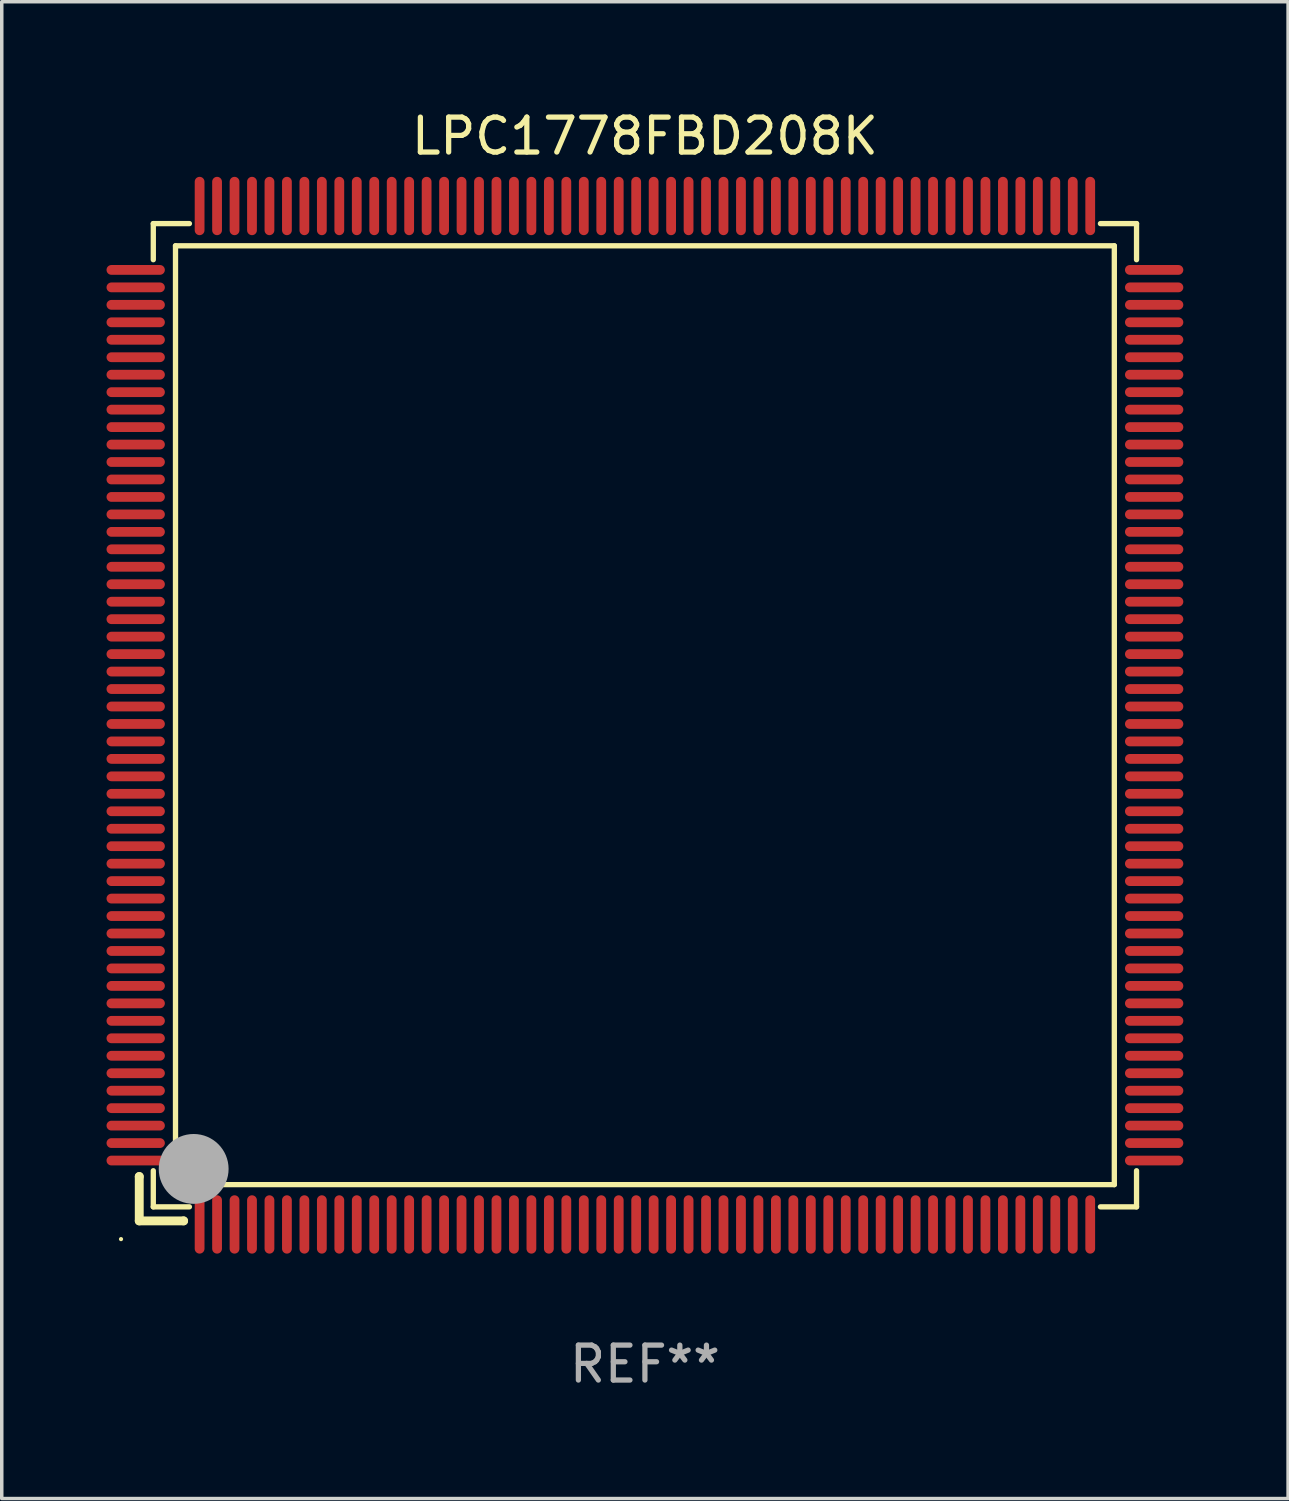
<source format=kicad_pcb>
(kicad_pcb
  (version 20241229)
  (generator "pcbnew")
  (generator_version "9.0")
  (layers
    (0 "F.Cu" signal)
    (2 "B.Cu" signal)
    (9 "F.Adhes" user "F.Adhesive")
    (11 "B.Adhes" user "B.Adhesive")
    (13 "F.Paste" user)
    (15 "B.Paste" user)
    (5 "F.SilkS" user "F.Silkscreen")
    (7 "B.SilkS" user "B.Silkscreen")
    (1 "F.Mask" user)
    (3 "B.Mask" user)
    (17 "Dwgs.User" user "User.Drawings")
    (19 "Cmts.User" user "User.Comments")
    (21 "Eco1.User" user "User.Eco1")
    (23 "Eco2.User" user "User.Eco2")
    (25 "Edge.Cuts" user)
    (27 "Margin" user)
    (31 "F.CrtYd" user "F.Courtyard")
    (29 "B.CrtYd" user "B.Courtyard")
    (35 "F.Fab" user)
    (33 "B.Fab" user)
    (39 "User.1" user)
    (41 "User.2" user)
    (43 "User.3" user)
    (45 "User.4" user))
  (footprint "LPC1778FBD208K"
    (layer "F.Cu")
    (at 15.415 17.428)
    (property "Reference" "LPC1778FBD208K" (at 0 -16.58 0) (layer "F.SilkS") (effects (font (size 1 1) (thickness 0.15))))
    (attr through_hole)
    (fp_line (start -14.478 13.208) (end -14.478 13.208) (stroke (width 0.254) (type solid)) (layer "F.SilkS"))
    (fp_line (start -14.478 13.208) (end -14.478 14.478) (stroke (width 0.254) (type solid)) (layer "F.SilkS"))
    (fp_line (start -14.478 14.478) (end -13.208 14.478) (stroke (width 0.254) (type solid)) (layer "F.SilkS"))
    (fp_line (start -14.076 -14.076) (end -14.076 -13.042) (stroke (width 0.152) (type solid)) (layer "F.SilkS"))
    (fp_line (start -14.076 14.076) (end -14.076 13.042) (stroke (width 0.152) (type solid)) (layer "F.SilkS"))
    (fp_line (start -13.44 -13.44) (end 13.44 -13.44) (stroke (width 0.152) (type solid)) (layer "F.SilkS"))
    (fp_line (start -13.44 13.44) (end -13.44 -13.44) (stroke (width 0.152) (type solid)) (layer "F.SilkS"))
    (fp_line (start -13.208 14.478) (end -13.208 14.478) (stroke (width 0.254) (type solid)) (layer "F.SilkS"))
    (fp_line (start -13.042 -14.076) (end -14.076 -14.076) (stroke (width 0.152) (type solid)) (layer "F.SilkS"))
    (fp_line (start -13.042 14.076) (end -14.076 14.076) (stroke (width 0.152) (type solid)) (layer "F.SilkS"))
    (fp_line (start 13.042 -14.076) (end 14.076 -14.076) (stroke (width 0.152) (type solid)) (layer "F.SilkS"))
    (fp_line (start 13.042 14.076) (end 14.076 14.076) (stroke (width 0.152) (type solid)) (layer "F.SilkS"))
    (fp_line (start 13.44 -13.44) (end 13.44 13.44) (stroke (width 0.152) (type solid)) (layer "F.SilkS"))
    (fp_line (start 13.44 13.44) (end -13.44 13.44) (stroke (width 0.152) (type solid)) (layer "F.SilkS"))
    (fp_line (start 14.076 -14.076) (end 14.076 -13.042) (stroke (width 0.152) (type solid)) (layer "F.SilkS"))
    (fp_line (start 14.076 14.076) (end 14.076 13.042) (stroke (width 0.152) (type solid)) (layer "F.SilkS"))
    (fp_circle (center -15 15) (end -14.97 15) (stroke (width 0.06) (type solid)) (fill no) (layer "F.SilkS"))
    (fp_circle (center -13.138 13.138) (end -13.063 13.138) (stroke (width 0.15) (type solid)) (fill no) (layer "F.SilkS"))
    (fp_circle (center -12.92 12.99) (end -12.42 12.99) (stroke (width 1) (type solid)) (fill no) (layer "F.Fab"))
    (fp_text user "REF**" (at 0 18.58 0) (layer "F.Fab") (effects (font (size 1 1) (thickness 0.15))))
    (pad "1" smd oval (at -12.75 14.58) (size 0.28 1.67) (layers "F.Cu" "F.Mask" "F.Paste"))
    (pad "2" smd oval (at -12.25 14.58) (size 0.28 1.67) (layers "F.Cu" "F.Mask" "F.Paste"))
    (pad "3" smd oval (at -11.75 14.58) (size 0.28 1.67) (layers "F.Cu" "F.Mask" "F.Paste"))
    (pad "4" smd oval (at -11.25 14.58) (size 0.28 1.67) (layers "F.Cu" "F.Mask" "F.Paste"))
    (pad "5" smd oval (at -10.75 14.58) (size 0.28 1.67) (layers "F.Cu" "F.Mask" "F.Paste"))
    (pad "6" smd oval (at -10.25 14.58) (size 0.28 1.67) (layers "F.Cu" "F.Mask" "F.Paste"))
    (pad "7" smd oval (at -9.75 14.58) (size 0.28 1.67) (layers "F.Cu" "F.Mask" "F.Paste"))
    (pad "8" smd oval (at -9.25 14.58) (size 0.28 1.67) (layers "F.Cu" "F.Mask" "F.Paste"))
    (pad "9" smd oval (at -8.75 14.58) (size 0.28 1.67) (layers "F.Cu" "F.Mask" "F.Paste"))
    (pad "10" smd oval (at -8.25 14.58) (size 0.28 1.67) (layers "F.Cu" "F.Mask" "F.Paste"))
    (pad "11" smd oval (at -7.75 14.58) (size 0.28 1.67) (layers "F.Cu" "F.Mask" "F.Paste"))
    (pad "12" smd oval (at -7.25 14.58) (size 0.28 1.67) (layers "F.Cu" "F.Mask" "F.Paste"))
    (pad "13" smd oval (at -6.75 14.58) (size 0.28 1.67) (layers "F.Cu" "F.Mask" "F.Paste"))
    (pad "14" smd oval (at -6.25 14.58) (size 0.28 1.67) (layers "F.Cu" "F.Mask" "F.Paste"))
    (pad "15" smd oval (at -5.75 14.58) (size 0.28 1.67) (layers "F.Cu" "F.Mask" "F.Paste"))
    (pad "16" smd oval (at -5.25 14.58) (size 0.28 1.67) (layers "F.Cu" "F.Mask" "F.Paste"))
    (pad "17" smd oval (at -4.75 14.58) (size 0.28 1.67) (layers "F.Cu" "F.Mask" "F.Paste"))
    (pad "18" smd oval (at -4.25 14.58) (size 0.28 1.67) (layers "F.Cu" "F.Mask" "F.Paste"))
    (pad "19" smd oval (at -3.75 14.58) (size 0.28 1.67) (layers "F.Cu" "F.Mask" "F.Paste"))
    (pad "20" smd oval (at -3.25 14.58) (size 0.28 1.67) (layers "F.Cu" "F.Mask" "F.Paste"))
    (pad "21" smd oval (at -2.75 14.58) (size 0.28 1.67) (layers "F.Cu" "F.Mask" "F.Paste"))
    (pad "22" smd oval (at -2.25 14.58) (size 0.28 1.67) (layers "F.Cu" "F.Mask" "F.Paste"))
    (pad "23" smd oval (at -1.75 14.58) (size 0.28 1.67) (layers "F.Cu" "F.Mask" "F.Paste"))
    (pad "24" smd oval (at -1.25 14.58) (size 0.28 1.67) (layers "F.Cu" "F.Mask" "F.Paste"))
    (pad "25" smd oval (at -0.75 14.58) (size 0.28 1.67) (layers "F.Cu" "F.Mask" "F.Paste"))
    (pad "26" smd oval (at -0.25 14.58) (size 0.28 1.67) (layers "F.Cu" "F.Mask" "F.Paste"))
    (pad "27" smd oval (at 0.25 14.58) (size 0.28 1.67) (layers "F.Cu" "F.Mask" "F.Paste"))
    (pad "28" smd oval (at 0.75 14.58) (size 0.28 1.67) (layers "F.Cu" "F.Mask" "F.Paste"))
    (pad "29" smd oval (at 1.25 14.58) (size 0.28 1.67) (layers "F.Cu" "F.Mask" "F.Paste"))
    (pad "30" smd oval (at 1.75 14.58) (size 0.28 1.67) (layers "F.Cu" "F.Mask" "F.Paste"))
    (pad "31" smd oval (at 2.25 14.58) (size 0.28 1.67) (layers "F.Cu" "F.Mask" "F.Paste"))
    (pad "32" smd oval (at 2.75 14.58) (size 0.28 1.67) (layers "F.Cu" "F.Mask" "F.Paste"))
    (pad "33" smd oval (at 3.25 14.58) (size 0.28 1.67) (layers "F.Cu" "F.Mask" "F.Paste"))
    (pad "34" smd oval (at 3.75 14.58) (size 0.28 1.67) (layers "F.Cu" "F.Mask" "F.Paste"))
    (pad "35" smd oval (at 4.25 14.58) (size 0.28 1.67) (layers "F.Cu" "F.Mask" "F.Paste"))
    (pad "36" smd oval (at 4.75 14.58) (size 0.28 1.67) (layers "F.Cu" "F.Mask" "F.Paste"))
    (pad "37" smd oval (at 5.25 14.58) (size 0.28 1.67) (layers "F.Cu" "F.Mask" "F.Paste"))
    (pad "38" smd oval (at 5.75 14.58) (size 0.28 1.67) (layers "F.Cu" "F.Mask" "F.Paste"))
    (pad "39" smd oval (at 6.25 14.58) (size 0.28 1.67) (layers "F.Cu" "F.Mask" "F.Paste"))
    (pad "40" smd oval (at 6.75 14.58) (size 0.28 1.67) (layers "F.Cu" "F.Mask" "F.Paste"))
    (pad "41" smd oval (at 7.25 14.58) (size 0.28 1.67) (layers "F.Cu" "F.Mask" "F.Paste"))
    (pad "42" smd oval (at 7.75 14.58) (size 0.28 1.67) (layers "F.Cu" "F.Mask" "F.Paste"))
    (pad "43" smd oval (at 8.25 14.58) (size 0.28 1.67) (layers "F.Cu" "F.Mask" "F.Paste"))
    (pad "44" smd oval (at 8.75 14.58) (size 0.28 1.67) (layers "F.Cu" "F.Mask" "F.Paste"))
    (pad "45" smd oval (at 9.25 14.58) (size 0.28 1.67) (layers "F.Cu" "F.Mask" "F.Paste"))
    (pad "46" smd oval (at 9.75 14.58) (size 0.28 1.67) (layers "F.Cu" "F.Mask" "F.Paste"))
    (pad "47" smd oval (at 10.25 14.58) (size 0.28 1.67) (layers "F.Cu" "F.Mask" "F.Paste"))
    (pad "48" smd oval (at 10.75 14.58) (size 0.28 1.67) (layers "F.Cu" "F.Mask" "F.Paste"))
    (pad "49" smd oval (at 11.25 14.58) (size 0.28 1.67) (layers "F.Cu" "F.Mask" "F.Paste"))
    (pad "50" smd oval (at 11.75 14.58) (size 0.28 1.67) (layers "F.Cu" "F.Mask" "F.Paste"))
    (pad "51" smd oval (at 12.25 14.58) (size 0.28 1.67) (layers "F.Cu" "F.Mask" "F.Paste"))
    (pad "52" smd oval (at 12.75 14.58) (size 0.28 1.67) (layers "F.Cu" "F.Mask" "F.Paste"))
    (pad "53" smd oval (at 14.58 12.75) (size 1.67 0.28) (layers "F.Cu" "F.Mask" "F.Paste"))
    (pad "54" smd oval (at 14.58 12.25) (size 1.67 0.28) (layers "F.Cu" "F.Mask" "F.Paste"))
    (pad "55" smd oval (at 14.58 11.75) (size 1.67 0.28) (layers "F.Cu" "F.Mask" "F.Paste"))
    (pad "56" smd oval (at 14.58 11.25) (size 1.67 0.28) (layers "F.Cu" "F.Mask" "F.Paste"))
    (pad "57" smd oval (at 14.58 10.75) (size 1.67 0.28) (layers "F.Cu" "F.Mask" "F.Paste"))
    (pad "58" smd oval (at 14.58 10.25) (size 1.67 0.28) (layers "F.Cu" "F.Mask" "F.Paste"))
    (pad "59" smd oval (at 14.58 9.75) (size 1.67 0.28) (layers "F.Cu" "F.Mask" "F.Paste"))
    (pad "60" smd oval (at 14.58 9.25) (size 1.67 0.28) (layers "F.Cu" "F.Mask" "F.Paste"))
    (pad "61" smd oval (at 14.58 8.75) (size 1.67 0.28) (layers "F.Cu" "F.Mask" "F.Paste"))
    (pad "62" smd oval (at 14.58 8.25) (size 1.67 0.28) (layers "F.Cu" "F.Mask" "F.Paste"))
    (pad "63" smd oval (at 14.58 7.75) (size 1.67 0.28) (layers "F.Cu" "F.Mask" "F.Paste"))
    (pad "64" smd oval (at 14.58 7.25) (size 1.67 0.28) (layers "F.Cu" "F.Mask" "F.Paste"))
    (pad "65" smd oval (at 14.58 6.75) (size 1.67 0.28) (layers "F.Cu" "F.Mask" "F.Paste"))
    (pad "66" smd oval (at 14.58 6.25) (size 1.67 0.28) (layers "F.Cu" "F.Mask" "F.Paste"))
    (pad "67" smd oval (at 14.58 5.75) (size 1.67 0.28) (layers "F.Cu" "F.Mask" "F.Paste"))
    (pad "68" smd oval (at 14.58 5.25) (size 1.67 0.28) (layers "F.Cu" "F.Mask" "F.Paste"))
    (pad "69" smd oval (at 14.58 4.75) (size 1.67 0.28) (layers "F.Cu" "F.Mask" "F.Paste"))
    (pad "70" smd oval (at 14.58 4.25) (size 1.67 0.28) (layers "F.Cu" "F.Mask" "F.Paste"))
    (pad "71" smd oval (at 14.58 3.75) (size 1.67 0.28) (layers "F.Cu" "F.Mask" "F.Paste"))
    (pad "72" smd oval (at 14.58 3.25) (size 1.67 0.28) (layers "F.Cu" "F.Mask" "F.Paste"))
    (pad "73" smd oval (at 14.58 2.75) (size 1.67 0.28) (layers "F.Cu" "F.Mask" "F.Paste"))
    (pad "74" smd oval (at 14.58 2.25) (size 1.67 0.28) (layers "F.Cu" "F.Mask" "F.Paste"))
    (pad "75" smd oval (at 14.58 1.75) (size 1.67 0.28) (layers "F.Cu" "F.Mask" "F.Paste"))
    (pad "76" smd oval (at 14.58 1.25) (size 1.67 0.28) (layers "F.Cu" "F.Mask" "F.Paste"))
    (pad "77" smd oval (at 14.58 0.75) (size 1.67 0.28) (layers "F.Cu" "F.Mask" "F.Paste"))
    (pad "78" smd oval (at 14.58 0.25) (size 1.67 0.28) (layers "F.Cu" "F.Mask" "F.Paste"))
    (pad "79" smd oval (at 14.58 -0.25) (size 1.67 0.28) (layers "F.Cu" "F.Mask" "F.Paste"))
    (pad "80" smd oval (at 14.58 -0.75) (size 1.67 0.28) (layers "F.Cu" "F.Mask" "F.Paste"))
    (pad "81" smd oval (at 14.58 -1.25) (size 1.67 0.28) (layers "F.Cu" "F.Mask" "F.Paste"))
    (pad "82" smd oval (at 14.58 -1.75) (size 1.67 0.28) (layers "F.Cu" "F.Mask" "F.Paste"))
    (pad "83" smd oval (at 14.58 -2.25) (size 1.67 0.28) (layers "F.Cu" "F.Mask" "F.Paste"))
    (pad "84" smd oval (at 14.58 -2.75) (size 1.67 0.28) (layers "F.Cu" "F.Mask" "F.Paste"))
    (pad "85" smd oval (at 14.58 -3.25) (size 1.67 0.28) (layers "F.Cu" "F.Mask" "F.Paste"))
    (pad "86" smd oval (at 14.58 -3.75) (size 1.67 0.28) (layers "F.Cu" "F.Mask" "F.Paste"))
    (pad "87" smd oval (at 14.58 -4.25) (size 1.67 0.28) (layers "F.Cu" "F.Mask" "F.Paste"))
    (pad "88" smd oval (at 14.58 -4.75) (size 1.67 0.28) (layers "F.Cu" "F.Mask" "F.Paste"))
    (pad "89" smd oval (at 14.58 -5.25) (size 1.67 0.28) (layers "F.Cu" "F.Mask" "F.Paste"))
    (pad "90" smd oval (at 14.58 -5.75) (size 1.67 0.28) (layers "F.Cu" "F.Mask" "F.Paste"))
    (pad "91" smd oval (at 14.58 -6.25) (size 1.67 0.28) (layers "F.Cu" "F.Mask" "F.Paste"))
    (pad "92" smd oval (at 14.58 -6.75) (size 1.67 0.28) (layers "F.Cu" "F.Mask" "F.Paste"))
    (pad "93" smd oval (at 14.58 -7.25) (size 1.67 0.28) (layers "F.Cu" "F.Mask" "F.Paste"))
    (pad "94" smd oval (at 14.58 -7.75) (size 1.67 0.28) (layers "F.Cu" "F.Mask" "F.Paste"))
    (pad "95" smd oval (at 14.58 -8.25) (size 1.67 0.28) (layers "F.Cu" "F.Mask" "F.Paste"))
    (pad "96" smd oval (at 14.58 -8.75) (size 1.67 0.28) (layers "F.Cu" "F.Mask" "F.Paste"))
    (pad "97" smd oval (at 14.58 -9.25) (size 1.67 0.28) (layers "F.Cu" "F.Mask" "F.Paste"))
    (pad "98" smd oval (at 14.58 -9.75) (size 1.67 0.28) (layers "F.Cu" "F.Mask" "F.Paste"))
    (pad "99" smd oval (at 14.58 -10.25) (size 1.67 0.28) (layers "F.Cu" "F.Mask" "F.Paste"))
    (pad "100" smd oval (at 14.58 -10.75) (size 1.67 0.28) (layers "F.Cu" "F.Mask" "F.Paste"))
    (pad "101" smd oval (at 14.58 -11.25) (size 1.67 0.28) (layers "F.Cu" "F.Mask" "F.Paste"))
    (pad "102" smd oval (at 14.58 -11.75) (size 1.67 0.28) (layers "F.Cu" "F.Mask" "F.Paste"))
    (pad "103" smd oval (at 14.58 -12.25) (size 1.67 0.28) (layers "F.Cu" "F.Mask" "F.Paste"))
    (pad "104" smd oval (at 14.58 -12.75) (size 1.67 0.28) (layers "F.Cu" "F.Mask" "F.Paste"))
    (pad "105" smd oval (at 12.75 -14.58) (size 0.28 1.67) (layers "F.Cu" "F.Mask" "F.Paste"))
    (pad "106" smd oval (at 12.25 -14.58) (size 0.28 1.67) (layers "F.Cu" "F.Mask" "F.Paste"))
    (pad "107" smd oval (at 11.75 -14.58) (size 0.28 1.67) (layers "F.Cu" "F.Mask" "F.Paste"))
    (pad "108" smd oval (at 11.25 -14.58) (size 0.28 1.67) (layers "F.Cu" "F.Mask" "F.Paste"))
    (pad "109" smd oval (at 10.75 -14.58) (size 0.28 1.67) (layers "F.Cu" "F.Mask" "F.Paste"))
    (pad "110" smd oval (at 10.25 -14.58) (size 0.28 1.67) (layers "F.Cu" "F.Mask" "F.Paste"))
    (pad "111" smd oval (at 9.75 -14.58) (size 0.28 1.67) (layers "F.Cu" "F.Mask" "F.Paste"))
    (pad "112" smd oval (at 9.25 -14.58) (size 0.28 1.67) (layers "F.Cu" "F.Mask" "F.Paste"))
    (pad "113" smd oval (at 8.75 -14.58) (size 0.28 1.67) (layers "F.Cu" "F.Mask" "F.Paste"))
    (pad "114" smd oval (at 8.25 -14.58) (size 0.28 1.67) (layers "F.Cu" "F.Mask" "F.Paste"))
    (pad "115" smd oval (at 7.75 -14.58) (size 0.28 1.67) (layers "F.Cu" "F.Mask" "F.Paste"))
    (pad "116" smd oval (at 7.25 -14.58) (size 0.28 1.67) (layers "F.Cu" "F.Mask" "F.Paste"))
    (pad "117" smd oval (at 6.75 -14.58) (size 0.28 1.67) (layers "F.Cu" "F.Mask" "F.Paste"))
    (pad "118" smd oval (at 6.25 -14.58) (size 0.28 1.67) (layers "F.Cu" "F.Mask" "F.Paste"))
    (pad "119" smd oval (at 5.75 -14.58) (size 0.28 1.67) (layers "F.Cu" "F.Mask" "F.Paste"))
    (pad "120" smd oval (at 5.25 -14.58) (size 0.28 1.67) (layers "F.Cu" "F.Mask" "F.Paste"))
    (pad "121" smd oval (at 4.75 -14.58) (size 0.28 1.67) (layers "F.Cu" "F.Mask" "F.Paste"))
    (pad "122" smd oval (at 4.25 -14.58) (size 0.28 1.67) (layers "F.Cu" "F.Mask" "F.Paste"))
    (pad "123" smd oval (at 3.75 -14.58) (size 0.28 1.67) (layers "F.Cu" "F.Mask" "F.Paste"))
    (pad "124" smd oval (at 3.25 -14.58) (size 0.28 1.67) (layers "F.Cu" "F.Mask" "F.Paste"))
    (pad "125" smd oval (at 2.75 -14.58) (size 0.28 1.67) (layers "F.Cu" "F.Mask" "F.Paste"))
    (pad "126" smd oval (at 2.25 -14.58) (size 0.28 1.67) (layers "F.Cu" "F.Mask" "F.Paste"))
    (pad "127" smd oval (at 1.75 -14.58) (size 0.28 1.67) (layers "F.Cu" "F.Mask" "F.Paste"))
    (pad "128" smd oval (at 1.25 -14.58) (size 0.28 1.67) (layers "F.Cu" "F.Mask" "F.Paste"))
    (pad "129" smd oval (at 0.75 -14.58) (size 0.28 1.67) (layers "F.Cu" "F.Mask" "F.Paste"))
    (pad "130" smd oval (at 0.25 -14.58) (size 0.28 1.67) (layers "F.Cu" "F.Mask" "F.Paste"))
    (pad "131" smd oval (at -0.25 -14.58) (size 0.28 1.67) (layers "F.Cu" "F.Mask" "F.Paste"))
    (pad "132" smd oval (at -0.75 -14.58) (size 0.28 1.67) (layers "F.Cu" "F.Mask" "F.Paste"))
    (pad "133" smd oval (at -1.25 -14.58) (size 0.28 1.67) (layers "F.Cu" "F.Mask" "F.Paste"))
    (pad "134" smd oval (at -1.75 -14.58) (size 0.28 1.67) (layers "F.Cu" "F.Mask" "F.Paste"))
    (pad "135" smd oval (at -2.25 -14.58) (size 0.28 1.67) (layers "F.Cu" "F.Mask" "F.Paste"))
    (pad "136" smd oval (at -2.75 -14.58) (size 0.28 1.67) (layers "F.Cu" "F.Mask" "F.Paste"))
    (pad "137" smd oval (at -3.25 -14.58) (size 0.28 1.67) (layers "F.Cu" "F.Mask" "F.Paste"))
    (pad "138" smd oval (at -3.75 -14.58) (size 0.28 1.67) (layers "F.Cu" "F.Mask" "F.Paste"))
    (pad "139" smd oval (at -4.25 -14.58) (size 0.28 1.67) (layers "F.Cu" "F.Mask" "F.Paste"))
    (pad "140" smd oval (at -4.75 -14.58) (size 0.28 1.67) (layers "F.Cu" "F.Mask" "F.Paste"))
    (pad "141" smd oval (at -5.25 -14.58) (size 0.28 1.67) (layers "F.Cu" "F.Mask" "F.Paste"))
    (pad "142" smd oval (at -5.75 -14.58) (size 0.28 1.67) (layers "F.Cu" "F.Mask" "F.Paste"))
    (pad "143" smd oval (at -6.25 -14.58) (size 0.28 1.67) (layers "F.Cu" "F.Mask" "F.Paste"))
    (pad "144" smd oval (at -6.75 -14.58) (size 0.28 1.67) (layers "F.Cu" "F.Mask" "F.Paste"))
    (pad "145" smd oval (at -7.25 -14.58) (size 0.28 1.67) (layers "F.Cu" "F.Mask" "F.Paste"))
    (pad "146" smd oval (at -7.75 -14.58) (size 0.28 1.67) (layers "F.Cu" "F.Mask" "F.Paste"))
    (pad "147" smd oval (at -8.25 -14.58) (size 0.28 1.67) (layers "F.Cu" "F.Mask" "F.Paste"))
    (pad "148" smd oval (at -8.75 -14.58) (size 0.28 1.67) (layers "F.Cu" "F.Mask" "F.Paste"))
    (pad "149" smd oval (at -9.25 -14.58) (size 0.28 1.67) (layers "F.Cu" "F.Mask" "F.Paste"))
    (pad "150" smd oval (at -9.75 -14.58) (size 0.28 1.67) (layers "F.Cu" "F.Mask" "F.Paste"))
    (pad "151" smd oval (at -10.25 -14.58) (size 0.28 1.67) (layers "F.Cu" "F.Mask" "F.Paste"))
    (pad "152" smd oval (at -10.75 -14.58) (size 0.28 1.67) (layers "F.Cu" "F.Mask" "F.Paste"))
    (pad "153" smd oval (at -11.25 -14.58) (size 0.28 1.67) (layers "F.Cu" "F.Mask" "F.Paste"))
    (pad "154" smd oval (at -11.75 -14.58) (size 0.28 1.67) (layers "F.Cu" "F.Mask" "F.Paste"))
    (pad "155" smd oval (at -12.25 -14.58) (size 0.28 1.67) (layers "F.Cu" "F.Mask" "F.Paste"))
    (pad "156" smd oval (at -12.75 -14.58) (size 0.28 1.67) (layers "F.Cu" "F.Mask" "F.Paste"))
    (pad "157" smd oval (at -14.58 -12.75) (size 1.67 0.28) (layers "F.Cu" "F.Mask" "F.Paste"))
    (pad "158" smd oval (at -14.58 -12.25) (size 1.67 0.28) (layers "F.Cu" "F.Mask" "F.Paste"))
    (pad "159" smd oval (at -14.58 -11.75) (size 1.67 0.28) (layers "F.Cu" "F.Mask" "F.Paste"))
    (pad "160" smd oval (at -14.58 -11.25) (size 1.67 0.28) (layers "F.Cu" "F.Mask" "F.Paste"))
    (pad "161" smd oval (at -14.58 -10.75) (size 1.67 0.28) (layers "F.Cu" "F.Mask" "F.Paste"))
    (pad "162" smd oval (at -14.58 -10.25) (size 1.67 0.28) (layers "F.Cu" "F.Mask" "F.Paste"))
    (pad "163" smd oval (at -14.58 -9.75) (size 1.67 0.28) (layers "F.Cu" "F.Mask" "F.Paste"))
    (pad "164" smd oval (at -14.58 -9.25) (size 1.67 0.28) (layers "F.Cu" "F.Mask" "F.Paste"))
    (pad "165" smd oval (at -14.58 -8.75) (size 1.67 0.28) (layers "F.Cu" "F.Mask" "F.Paste"))
    (pad "166" smd oval (at -14.58 -8.25) (size 1.67 0.28) (layers "F.Cu" "F.Mask" "F.Paste"))
    (pad "167" smd oval (at -14.58 -7.75) (size 1.67 0.28) (layers "F.Cu" "F.Mask" "F.Paste"))
    (pad "168" smd oval (at -14.58 -7.25) (size 1.67 0.28) (layers "F.Cu" "F.Mask" "F.Paste"))
    (pad "169" smd oval (at -14.58 -6.75) (size 1.67 0.28) (layers "F.Cu" "F.Mask" "F.Paste"))
    (pad "170" smd oval (at -14.58 -6.25) (size 1.67 0.28) (layers "F.Cu" "F.Mask" "F.Paste"))
    (pad "171" smd oval (at -14.58 -5.75) (size 1.67 0.28) (layers "F.Cu" "F.Mask" "F.Paste"))
    (pad "172" smd oval (at -14.58 -5.25) (size 1.67 0.28) (layers "F.Cu" "F.Mask" "F.Paste"))
    (pad "173" smd oval (at -14.58 -4.75) (size 1.67 0.28) (layers "F.Cu" "F.Mask" "F.Paste"))
    (pad "174" smd oval (at -14.58 -4.25) (size 1.67 0.28) (layers "F.Cu" "F.Mask" "F.Paste"))
    (pad "175" smd oval (at -14.58 -3.75) (size 1.67 0.28) (layers "F.Cu" "F.Mask" "F.Paste"))
    (pad "176" smd oval (at -14.58 -3.25) (size 1.67 0.28) (layers "F.Cu" "F.Mask" "F.Paste"))
    (pad "177" smd oval (at -14.58 -2.75) (size 1.67 0.28) (layers "F.Cu" "F.Mask" "F.Paste"))
    (pad "178" smd oval (at -14.58 -2.25) (size 1.67 0.28) (layers "F.Cu" "F.Mask" "F.Paste"))
    (pad "179" smd oval (at -14.58 -1.75) (size 1.67 0.28) (layers "F.Cu" "F.Mask" "F.Paste"))
    (pad "180" smd oval (at -14.58 -1.25) (size 1.67 0.28) (layers "F.Cu" "F.Mask" "F.Paste"))
    (pad "181" smd oval (at -14.58 -0.75) (size 1.67 0.28) (layers "F.Cu" "F.Mask" "F.Paste"))
    (pad "182" smd oval (at -14.58 -0.25) (size 1.67 0.28) (layers "F.Cu" "F.Mask" "F.Paste"))
    (pad "183" smd oval (at -14.58 0.25) (size 1.67 0.28) (layers "F.Cu" "F.Mask" "F.Paste"))
    (pad "184" smd oval (at -14.58 0.75) (size 1.67 0.28) (layers "F.Cu" "F.Mask" "F.Paste"))
    (pad "185" smd oval (at -14.58 1.25) (size 1.67 0.28) (layers "F.Cu" "F.Mask" "F.Paste"))
    (pad "186" smd oval (at -14.58 1.75) (size 1.67 0.28) (layers "F.Cu" "F.Mask" "F.Paste"))
    (pad "187" smd oval (at -14.58 2.25) (size 1.67 0.28) (layers "F.Cu" "F.Mask" "F.Paste"))
    (pad "188" smd oval (at -14.58 2.75) (size 1.67 0.28) (layers "F.Cu" "F.Mask" "F.Paste"))
    (pad "189" smd oval (at -14.58 3.25) (size 1.67 0.28) (layers "F.Cu" "F.Mask" "F.Paste"))
    (pad "190" smd oval (at -14.58 3.75) (size 1.67 0.28) (layers "F.Cu" "F.Mask" "F.Paste"))
    (pad "191" smd oval (at -14.58 4.25) (size 1.67 0.28) (layers "F.Cu" "F.Mask" "F.Paste"))
    (pad "192" smd oval (at -14.58 4.75) (size 1.67 0.28) (layers "F.Cu" "F.Mask" "F.Paste"))
    (pad "193" smd oval (at -14.58 5.25) (size 1.67 0.28) (layers "F.Cu" "F.Mask" "F.Paste"))
    (pad "194" smd oval (at -14.58 5.75) (size 1.67 0.28) (layers "F.Cu" "F.Mask" "F.Paste"))
    (pad "195" smd oval (at -14.58 6.25) (size 1.67 0.28) (layers "F.Cu" "F.Mask" "F.Paste"))
    (pad "196" smd oval (at -14.58 6.75) (size 1.67 0.28) (layers "F.Cu" "F.Mask" "F.Paste"))
    (pad "197" smd oval (at -14.58 7.25) (size 1.67 0.28) (layers "F.Cu" "F.Mask" "F.Paste"))
    (pad "198" smd oval (at -14.58 7.75) (size 1.67 0.28) (layers "F.Cu" "F.Mask" "F.Paste"))
    (pad "199" smd oval (at -14.58 8.25) (size 1.67 0.28) (layers "F.Cu" "F.Mask" "F.Paste"))
    (pad "200" smd oval (at -14.58 8.75) (size 1.67 0.28) (layers "F.Cu" "F.Mask" "F.Paste"))
    (pad "201" smd oval (at -14.58 9.25) (size 1.67 0.28) (layers "F.Cu" "F.Mask" "F.Paste"))
    (pad "202" smd oval (at -14.58 9.75) (size 1.67 0.28) (layers "F.Cu" "F.Mask" "F.Paste"))
    (pad "203" smd oval (at -14.58 10.25) (size 1.67 0.28) (layers "F.Cu" "F.Mask" "F.Paste"))
    (pad "204" smd oval (at -14.58 10.75) (size 1.67 0.28) (layers "F.Cu" "F.Mask" "F.Paste"))
    (pad "205" smd oval (at -14.58 11.25) (size 1.67 0.28) (layers "F.Cu" "F.Mask" "F.Paste"))
    (pad "206" smd oval (at -14.58 11.75) (size 1.67 0.28) (layers "F.Cu" "F.Mask" "F.Paste"))
    (pad "207" smd oval (at -14.58 12.25) (size 1.67 0.28) (layers "F.Cu" "F.Mask" "F.Paste"))
    (pad "208" smd oval (at -14.58 12.75) (size 1.67 0.28) (layers "F.Cu" "F.Mask" "F.Paste")))
  (gr_rect
    (start -3 -3)
    (end 33.83 39.856)
    (stroke (width 0.1) (type default))
    (fill no)
    (layer "Edge.Cuts")))
</source>
